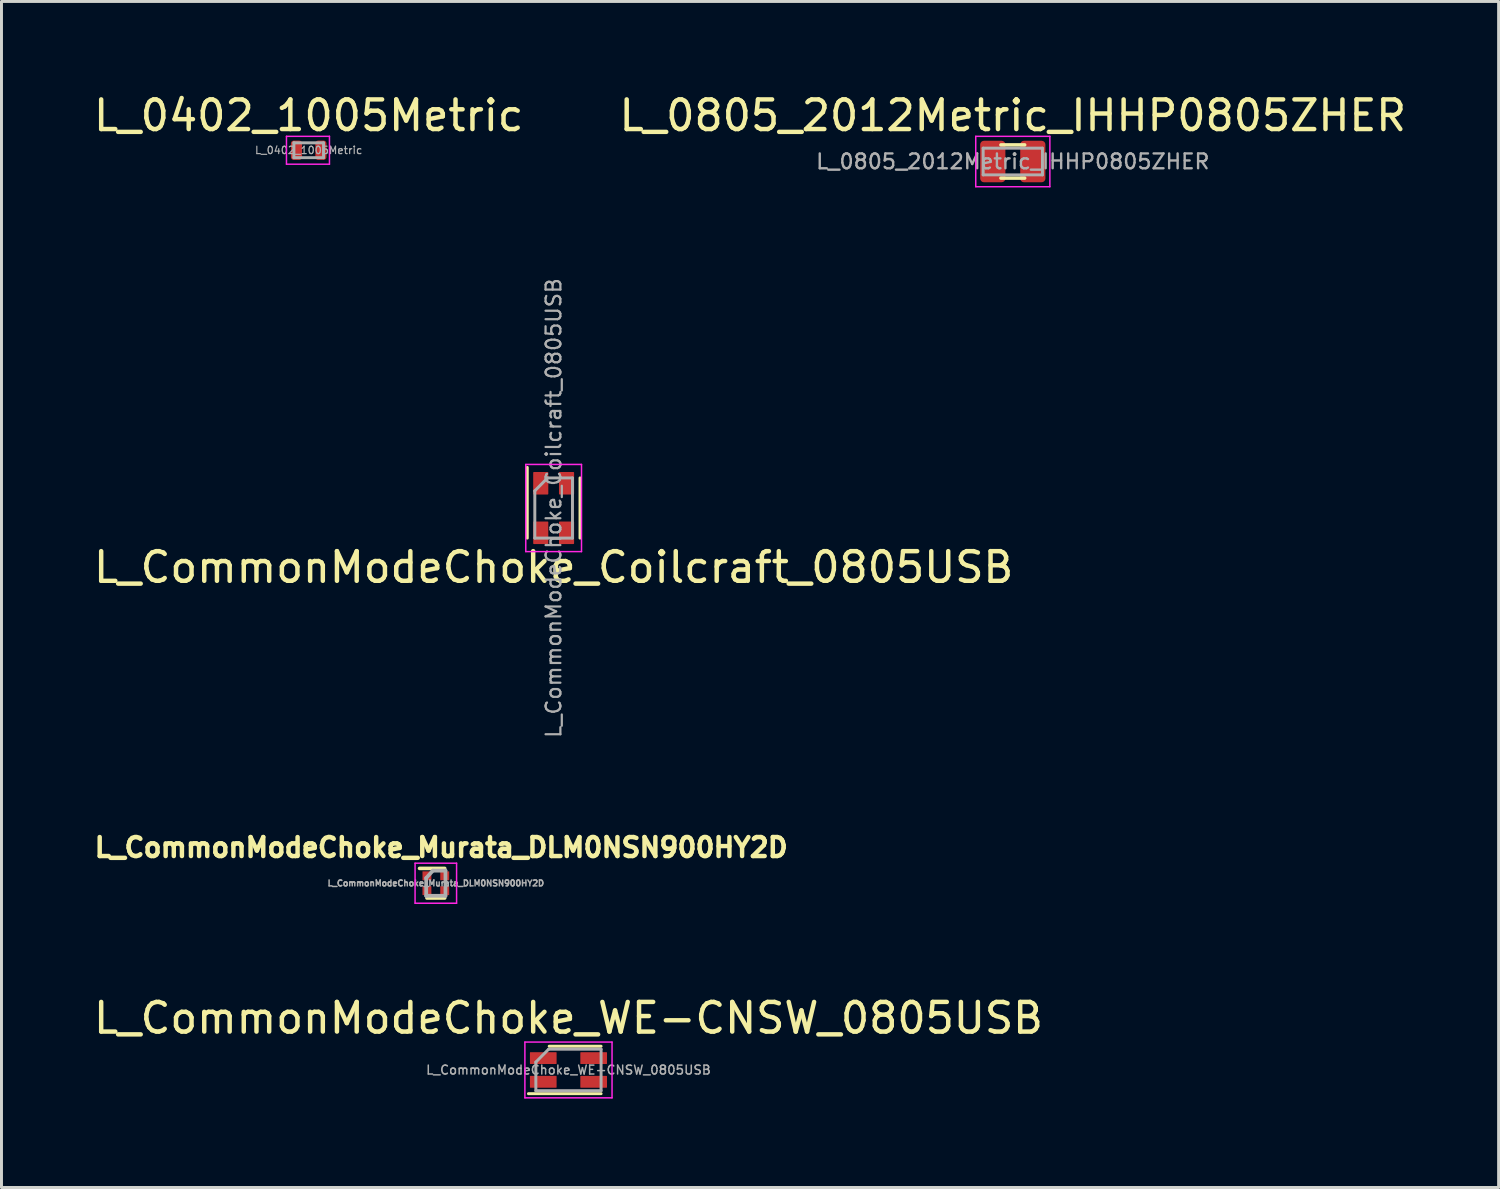
<source format=kicad_pcb>
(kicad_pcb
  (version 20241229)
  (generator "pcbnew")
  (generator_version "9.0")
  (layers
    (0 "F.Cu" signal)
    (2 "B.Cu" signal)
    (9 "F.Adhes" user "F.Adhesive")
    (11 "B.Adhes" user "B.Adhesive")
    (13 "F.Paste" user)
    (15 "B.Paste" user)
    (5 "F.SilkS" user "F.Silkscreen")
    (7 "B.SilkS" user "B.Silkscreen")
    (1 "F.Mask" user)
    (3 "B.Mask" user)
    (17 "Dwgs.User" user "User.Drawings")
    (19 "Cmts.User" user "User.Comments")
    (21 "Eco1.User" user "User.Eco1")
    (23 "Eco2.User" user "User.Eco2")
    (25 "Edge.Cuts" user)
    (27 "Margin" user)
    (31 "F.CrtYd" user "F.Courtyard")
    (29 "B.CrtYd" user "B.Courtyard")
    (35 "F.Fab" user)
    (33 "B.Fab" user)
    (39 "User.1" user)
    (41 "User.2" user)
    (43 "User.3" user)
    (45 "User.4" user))
  (footprint "L_CommonModeChoke_Coilcraft_0805USB"
    (layer "F.Cu")
    (at 15.625 14.086)
    (property "Reference" "L_CommonModeChoke_Coilcraft_0805USB" (at 0 2 0) (layer "F.SilkS") (effects (font (size 1 1) (thickness 0.15))))
    (attr smd)
    (fp_line (start -0.89 -1.37) (end -0.89 1.015) (stroke (width 0.1) (type solid)) (layer "F.SilkS"))
    (fp_line (start 0.89 -1.015) (end 0.89 1.015) (stroke (width 0.1) (type solid)) (layer "F.SilkS"))
    (fp_line (start -0.94 -1.47) (end 0.94 -1.47) (stroke (width 0.05) (type solid)) (layer "F.CrtYd"))
    (fp_line (start -0.94 1.47) (end -0.94 -1.47) (stroke (width 0.05) (type solid)) (layer "F.CrtYd"))
    (fp_line (start -0.94 1.47) (end 0.94 1.47) (stroke (width 0.05) (type solid)) (layer "F.CrtYd"))
    (fp_line (start 0.94 1.47) (end 0.94 -1.47) (stroke (width 0.05) (type solid)) (layer "F.CrtYd"))
    (fp_line (start -0.635 -0.58) (end -0.635 1.015) (stroke (width 0.1) (type solid)) (layer "F.Fab"))
    (fp_line (start -0.635 -0.58) (end -0.205 -1.015) (stroke (width 0.1) (type solid)) (layer "F.Fab"))
    (fp_line (start -0.635 1.015) (end 0.635 1.015) (stroke (width 0.1) (type solid)) (layer "F.Fab"))
    (fp_line (start -0.205 -1.015) (end 0.635 -1.015) (stroke (width 0.1) (type solid)) (layer "F.Fab"))
    (fp_line (start 0.635 -1.015) (end 0.635 1.015) (stroke (width 0.1) (type solid)) (layer "F.Fab"))
    (fp_text user "${REFERENCE}" (at 0 0 90) (layer "F.Fab") (effects (font (size 0.5 0.5) (thickness 0.075))))
    (pad "1" smd roundrect (at -0.435 -0.835) (size 0.51 0.76) (layers "F.Cu" "F.Mask" "F.Paste") (roundrect_rratio 0.05))
    (pad "2" smd roundrect (at -0.435 0.835) (size 0.51 0.76) (layers "F.Cu" "F.Mask" "F.Paste") (roundrect_rratio 0.05))
    (pad "3" smd roundrect (at 0.435 0.835) (size 0.51 0.76) (layers "F.Cu" "F.Mask" "F.Paste") (roundrect_rratio 0.05))
    (pad "4" smd roundrect (at 0.435 -0.835) (size 0.51 0.76) (layers "F.Cu" "F.Mask" "F.Paste") (roundrect_rratio 0.05)))
  (footprint "L_0805_2012Metric_IHHP0805ZHER"
    (layer "F.Cu")
    (at 31.113 2.398)
    (property "Reference" "L_0805_2012Metric_IHHP0805ZHER" (at 0 -1.55 0) (layer "F.SilkS") (effects (font (size 1 1) (thickness 0.15))))
    (attr smd)
    (fp_line (start -0.4 -0.56) (end 0.4 -0.56) (stroke (width 0.12) (type solid)) (layer "F.SilkS"))
    (fp_line (start -0.4 0.56) (end 0.4 0.56) (stroke (width 0.12) (type solid)) (layer "F.SilkS"))
    (fp_line (start -1.25 -0.85) (end -1.25 0.85) (stroke (width 0.05) (type solid)) (layer "F.CrtYd"))
    (fp_line (start -1.25 -0.85) (end 1.25 -0.85) (stroke (width 0.05) (type solid)) (layer "F.CrtYd"))
    (fp_line (start 1.25 -0.85) (end 1.25 0.85) (stroke (width 0.05) (type solid)) (layer "F.CrtYd"))
    (fp_line (start 1.25 0.85) (end -1.25 0.85) (stroke (width 0.05) (type solid)) (layer "F.CrtYd"))
    (fp_line (start -1 -0.45) (end 1 -0.45) (stroke (width 0.1) (type solid)) (layer "F.Fab"))
    (fp_line (start -1 0.45) (end -1 -0.45) (stroke (width 0.1) (type solid)) (layer "F.Fab"))
    (fp_line (start 1 -0.45) (end 1 0.45) (stroke (width 0.1) (type solid)) (layer "F.Fab"))
    (fp_line (start 1 0.45) (end -1 0.45) (stroke (width 0.1) (type solid)) (layer "F.Fab"))
    (fp_text user "${REFERENCE}" (at 0 0 0) (layer "F.Fab") (effects (font (size 0.5 0.5) (thickness 0.08))))
    (pad "1" smd roundrect (at -0.675 0) (size 0.85 1.4) (layers "F.Cu" "F.Mask" "F.Paste") (roundrect_rratio 0.15))
    (pad "2" smd roundrect (at 0.675 0) (size 0.85 1.4) (layers "F.Cu" "F.Mask" "F.Paste") (roundrect_rratio 0.15)))
  (footprint "L_0402_1005Metric"
    (layer "F.Cu")
    (at 7.363 2.018)
    (property "Reference" "L_0402_1005Metric" (at 0 -1.17 0) (layer "F.SilkS") (effects (font (size 1 1) (thickness 0.15))))
    (attr smd)
    (fp_line (start -0.75 0.47) (end -0.75 -0.47) (stroke (width 0.05) (type solid)) (layer "F.CrtYd"))
    (fp_line (start 0.7 -0.47) (end -0.75 -0.47) (stroke (width 0.05) (type solid)) (layer "F.CrtYd"))
    (fp_line (start 0.7 -0.47) (end 0.7 0.47) (stroke (width 0.05) (type solid)) (layer "F.CrtYd"))
    (fp_line (start 0.7 0.47) (end -0.75 0.47) (stroke (width 0.05) (type solid)) (layer "F.CrtYd"))
    (fp_line (start -0.5 -0.25) (end 0.5 -0.25) (stroke (width 0.1) (type solid)) (layer "F.Fab"))
    (fp_line (start -0.5 0.25) (end -0.5 -0.25) (stroke (width 0.1) (type solid)) (layer "F.Fab"))
    (fp_line (start 0.5 -0.25) (end 0.5 0.25) (stroke (width 0.1) (type solid)) (layer "F.Fab"))
    (fp_line (start 0.5 0.25) (end -0.5 0.25) (stroke (width 0.1) (type solid)) (layer "F.Fab"))
    (fp_text user "${REFERENCE}" (at 0 0 0) (layer "F.Fab") (effects (font (size 0.25 0.25) (thickness 0.04))))
    (pad "1" smd roundrect (at -0.412 0) (size 0.375 0.65) (layers "F.Cu" "F.Mask" "F.Paste") (roundrect_rratio 0.25))
    (pad "2" smd roundrect (at 0.412 0) (size 0.375 0.65) (layers "F.Cu" "F.Mask" "F.Paste") (roundrect_rratio 0.25)))
  (footprint "L_CommonModeChoke_WE-CNSW_0805USB"
    (layer "F.Cu")
    (at 16.125 33.041)
    (property "Reference" "L_CommonModeChoke_WE-CNSW_0805USB" (at 0 -1.75 180) (layer "F.SilkS") (effects (font (size 1 1) (thickness 0.15))))
    (attr smd)
    (fp_line (start -1.35 0.8) (end 1.1 0.8) (stroke (width 0.1) (type solid)) (layer "F.SilkS"))
    (fp_line (start -0.65 -0.8) (end 1.1 -0.8) (stroke (width 0.1) (type solid)) (layer "F.SilkS"))
    (fp_line (start -1.47 0.94) (end -1.47 -0.94) (stroke (width 0.05) (type solid)) (layer "F.CrtYd"))
    (fp_line (start 1.47 -0.94) (end -1.47 -0.94) (stroke (width 0.05) (type solid)) (layer "F.CrtYd"))
    (fp_line (start 1.47 0.94) (end -1.47 0.94) (stroke (width 0.05) (type solid)) (layer "F.CrtYd"))
    (fp_line (start 1.47 0.94) (end 1.47 -0.94) (stroke (width 0.05) (type solid)) (layer "F.CrtYd"))
    (fp_line (start -1.1 0.7) (end -1.1 -0.265) (stroke (width 0.1) (type solid)) (layer "F.Fab"))
    (fp_line (start -1.1 0.7) (end 1.1 0.7) (stroke (width 0.1) (type solid)) (layer "F.Fab"))
    (fp_line (start -0.67 -0.7) (end -1.1 -0.265) (stroke (width 0.1) (type solid)) (layer "F.Fab"))
    (fp_line (start -0.67 -0.7) (end 1.1 -0.7) (stroke (width 0.1) (type solid)) (layer "F.Fab"))
    (fp_line (start 1.1 0.7) (end 1.1 -0.7) (stroke (width 0.1) (type solid)) (layer "F.Fab"))
    (fp_text user "${REFERENCE}" (at 0 0 180) (layer "F.Fab") (effects (font (size 0.3 0.3) (thickness 0.05) (bold yes))))
    (pad "1" smd roundrect (at -0.85 -0.4 90) (size 0.4 0.9) (layers "F.Cu" "F.Mask" "F.Paste") (roundrect_rratio 0.05))
    (pad "2" smd roundrect (at 0.85 -0.4 90) (size 0.4 0.9) (layers "F.Cu" "F.Mask" "F.Paste") (roundrect_rratio 0.05))
    (pad "3" smd roundrect (at 0.85 0.4 90) (size 0.4 0.9) (layers "F.Cu" "F.Mask" "F.Paste") (roundrect_rratio 0.05))
    (pad "4" smd roundrect (at -0.85 0.4 90) (size 0.4 0.9) (layers "F.Cu" "F.Mask" "F.Paste") (roundrect_rratio 0.05)))
  (footprint "L_CommonModeChoke_Murata_DLM0NSN900HY2D"
    (layer "F.Cu")
    (at 11.651 26.742)
    (property "Reference" "L_CommonModeChoke_Murata_DLM0NSN900HY2D" (at 0.182 -1.206 0) (layer "F.SilkS") (effects (font (size 0.64 0.64) (thickness 0.15))))
    (attr through_hole)
    (fp_poly (pts (xy -0.45 -0.4) (xy -0.15 -0.4) (xy -0.15 -0.1) (xy -0.45 -0.1)) (stroke (width 0.01) (type solid)) (fill yes) (layer "F.Mask"))
    (fp_poly (pts (xy -0.45 0.1) (xy -0.15 0.1) (xy -0.15 0.4) (xy -0.45 0.4)) (stroke (width 0.01) (type solid)) (fill yes) (layer "F.Mask"))
    (fp_poly (pts (xy 0.15 -0.4) (xy 0.45 -0.4) (xy 0.45 -0.1) (xy 0.15 -0.1)) (stroke (width 0.01) (type solid)) (fill yes) (layer "F.Mask"))
    (fp_poly (pts (xy 0.15 0.1) (xy 0.45 0.1) (xy 0.45 0.4) (xy 0.15 0.4)) (stroke (width 0.01) (type solid)) (fill yes) (layer "F.Mask"))
    (fp_line (start -0.55 -0.5) (end 0.3 -0.5) (stroke (width 0.12) (type solid)) (layer "F.SilkS"))
    (fp_line (start -0.3 0.5) (end 0.3 0.5) (stroke (width 0.12) (type solid)) (layer "F.SilkS"))
    (fp_line (start -0.7 -0.675) (end -0.7 0.675) (stroke (width 0.05) (type solid)) (layer "F.CrtYd"))
    (fp_line (start -0.7 0.675) (end 0.7 0.675) (stroke (width 0.05) (type solid)) (layer "F.CrtYd"))
    (fp_line (start 0.7 -0.675) (end -0.7 -0.675) (stroke (width 0.05) (type solid)) (layer "F.CrtYd"))
    (fp_line (start 0.7 0.675) (end 0.7 -0.675) (stroke (width 0.05) (type solid)) (layer "F.CrtYd"))
    (fp_line (start -0.325 -0.175) (end -0.325 0.425) (stroke (width 0.127) (type solid)) (layer "F.Fab"))
    (fp_line (start -0.325 -0.175) (end -0.1 -0.425) (stroke (width 0.127) (type solid)) (layer "F.Fab"))
    (fp_line (start -0.325 0.425) (end 0.325 0.425) (stroke (width 0.127) (type solid)) (layer "F.Fab"))
    (fp_line (start 0.325 -0.425) (end -0.1 -0.425) (stroke (width 0.127) (type solid)) (layer "F.Fab"))
    (fp_line (start 0.325 0.425) (end 0.325 -0.425) (stroke (width 0.127) (type solid)) (layer "F.Fab"))
    (fp_text user "${REFERENCE}" (at 0 0 0) (layer "F.Fab") (effects (font (size 0.2 0.2) (thickness 0.05))))
    (pad "1" smd rect (at -0.3 -0.25) (size 0.3 0.3) (layers "F.Cu" "F.Paste"))
    (pad "2" smd rect (at 0.3 -0.25) (size 0.3 0.3) (layers "F.Cu" "F.Paste"))
    (pad "3" smd rect (at 0.3 0.25) (size 0.3 0.3) (layers "F.Cu" "F.Paste"))
    (pad "4" smd rect (at -0.3 0.25) (size 0.3 0.3) (layers "F.Cu" "F.Paste")))
  (gr_rect
    (start -3 -3)
    (end 47.5 37.006)
    (stroke (width 0.1) (type default))
    (fill no)
    (layer "Edge.Cuts")))
</source>
